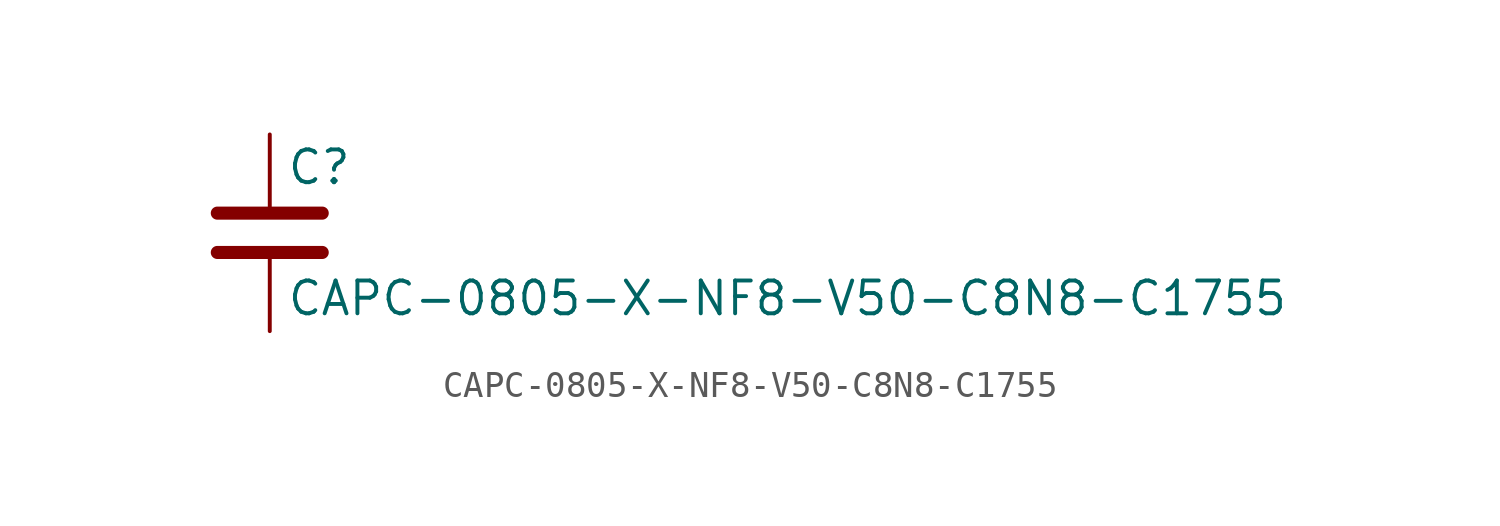
<source format=kicad_sym>
(kicad_symbol_lib
  (version 20211014)
  (generator kicad_symbol_editor)
  (symbol "CAPC-0805-X-NF8-V50-C8N8-C1755"
    (pin_numbers hide)
    (pin_names
      (offset 0.254))
    (property "Reference" "C"
      (at 0.635 2.54 0)
      (effects (font (size 1.27 1.27)) (justify left)))
    (property "Value" "CAPC-0805-X-NF8-V50-C8N8-C1755"
      (at 0.635 -2.54 0)
      (effects (font (size 1.27 1.27)) (justify left)))
    (symbol "CAPC-0805-X-NF8-V50-C8N8-C1755_0_1"
      (polyline (pts (xy -2.032 -0.762) (xy 2.032 -0.762)) (stroke (width 0.508) (type default) (color 0 0 0 0)) (fill (type none)))
      (polyline (pts (xy -2.032 0.762) (xy 2.032 0.762)) (stroke (width 0.508) (type default) (color 0 0 0 0)) (fill (type none))))
    (symbol "CAPC-0805-X-NF8-V50-C8N8-C1755_1_1"
      (pin passive line (at 0 3.81 270) (length 2.794) (name "~" (effects (font (size 1.27 1.27)))) (number "1" (effects (font (size 1.27 1.27)))))
      (pin passive line (at 0 -3.81 90) (length 2.794) (name "~" (effects (font (size 1.27 1.27)))) (number "2" (effects (font (size 1.27 1.27))))))))
</source>
